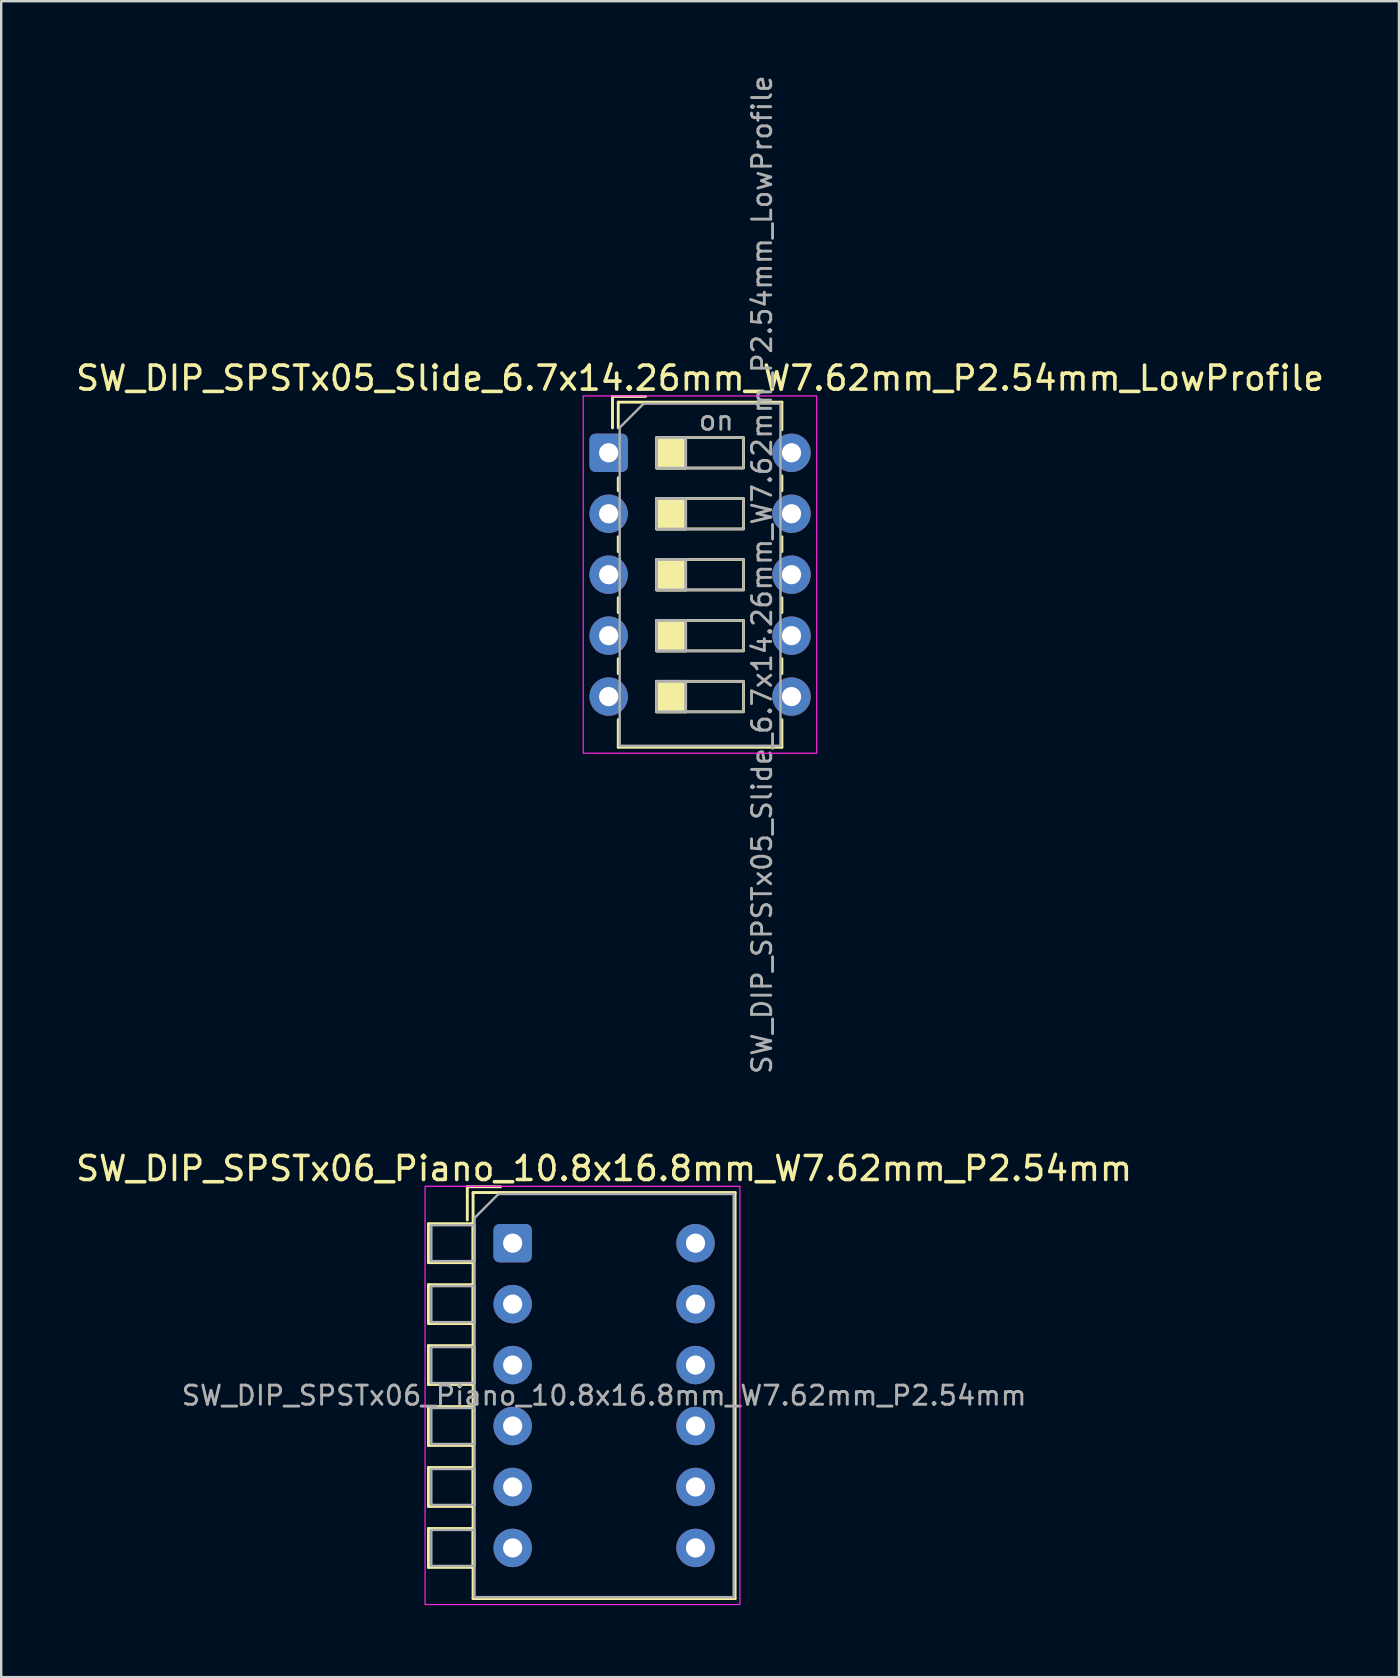
<source format=kicad_pcb>
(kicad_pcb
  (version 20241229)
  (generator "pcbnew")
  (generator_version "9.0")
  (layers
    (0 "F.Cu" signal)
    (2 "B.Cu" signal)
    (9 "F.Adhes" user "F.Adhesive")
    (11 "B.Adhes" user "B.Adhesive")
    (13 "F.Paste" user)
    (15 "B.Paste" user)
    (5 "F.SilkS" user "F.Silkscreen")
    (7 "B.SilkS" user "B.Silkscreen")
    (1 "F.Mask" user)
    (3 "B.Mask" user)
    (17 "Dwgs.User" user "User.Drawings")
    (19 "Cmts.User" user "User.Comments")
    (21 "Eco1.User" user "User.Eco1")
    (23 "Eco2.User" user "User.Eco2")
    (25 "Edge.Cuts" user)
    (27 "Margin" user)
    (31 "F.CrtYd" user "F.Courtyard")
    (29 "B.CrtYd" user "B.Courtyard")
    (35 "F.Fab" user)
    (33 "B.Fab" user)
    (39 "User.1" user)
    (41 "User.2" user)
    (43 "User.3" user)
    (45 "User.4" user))
  (footprint "SW_DIP_SPSTx06_Piano_10.8x16.8mm_W7.62mm_P2.54mm"
    (layer "F.Cu")
    (at 18.315 48.758)
    (property "Reference" "SW_DIP_SPSTx06_Piano_10.8x16.8mm_W7.62mm_P2.54mm" (at 3.81 -3.11 0) (layer "F.SilkS") (effects (font (size 1 1) (thickness 0.15))))
    (attr through_hole)
    (fp_line (start -3.51 -0.81) (end -1.65 -0.81) (stroke (width 0.12) (type solid)) (layer "F.SilkS"))
    (fp_line (start -3.51 0.81) (end -3.51 -0.81) (stroke (width 0.12) (type solid)) (layer "F.SilkS"))
    (fp_line (start -3.51 1.73) (end -1.65 1.73) (stroke (width 0.12) (type solid)) (layer "F.SilkS"))
    (fp_line (start -3.51 3.35) (end -3.51 1.73) (stroke (width 0.12) (type solid)) (layer "F.SilkS"))
    (fp_line (start -3.51 4.27) (end -1.65 4.27) (stroke (width 0.12) (type solid)) (layer "F.SilkS"))
    (fp_line (start -3.51 5.89) (end -3.51 4.27) (stroke (width 0.12) (type solid)) (layer "F.SilkS"))
    (fp_line (start -3.51 6.81) (end -1.65 6.81) (stroke (width 0.12) (type solid)) (layer "F.SilkS"))
    (fp_line (start -3.51 8.43) (end -3.51 6.81) (stroke (width 0.12) (type solid)) (layer "F.SilkS"))
    (fp_line (start -3.51 9.35) (end -1.65 9.35) (stroke (width 0.12) (type solid)) (layer "F.SilkS"))
    (fp_line (start -3.51 10.97) (end -3.51 9.35) (stroke (width 0.12) (type solid)) (layer "F.SilkS"))
    (fp_line (start -3.51 11.89) (end -1.65 11.89) (stroke (width 0.12) (type solid)) (layer "F.SilkS"))
    (fp_line (start -3.51 13.51) (end -3.51 11.89) (stroke (width 0.12) (type solid)) (layer "F.SilkS"))
    (fp_line (start -1.89 -2.35) (end -1.89 -0.967) (stroke (width 0.12) (type solid)) (layer "F.SilkS"))
    (fp_line (start -1.89 -2.35) (end -0.507 -2.35) (stroke (width 0.12) (type solid)) (layer "F.SilkS"))
    (fp_line (start -1.65 -2.11) (end -1.65 14.81) (stroke (width 0.12) (type solid)) (layer "F.SilkS"))
    (fp_line (start -1.65 -2.11) (end 9.27 -2.11) (stroke (width 0.12) (type solid)) (layer "F.SilkS"))
    (fp_line (start -1.65 -0.81) (end -1.65 0.81) (stroke (width 0.12) (type solid)) (layer "F.SilkS"))
    (fp_line (start -1.65 0.81) (end -3.51 0.81) (stroke (width 0.12) (type solid)) (layer "F.SilkS"))
    (fp_line (start -1.65 1.73) (end -1.65 3.35) (stroke (width 0.12) (type solid)) (layer "F.SilkS"))
    (fp_line (start -1.65 3.35) (end -3.51 3.35) (stroke (width 0.12) (type solid)) (layer "F.SilkS"))
    (fp_line (start -1.65 4.27) (end -1.65 5.89) (stroke (width 0.12) (type solid)) (layer "F.SilkS"))
    (fp_line (start -1.65 5.89) (end -3.51 5.89) (stroke (width 0.12) (type solid)) (layer "F.SilkS"))
    (fp_line (start -1.65 6.81) (end -1.65 8.43) (stroke (width 0.12) (type solid)) (layer "F.SilkS"))
    (fp_line (start -1.65 8.43) (end -3.51 8.43) (stroke (width 0.12) (type solid)) (layer "F.SilkS"))
    (fp_line (start -1.65 9.35) (end -1.65 10.97) (stroke (width 0.12) (type solid)) (layer "F.SilkS"))
    (fp_line (start -1.65 10.97) (end -3.51 10.97) (stroke (width 0.12) (type solid)) (layer "F.SilkS"))
    (fp_line (start -1.65 11.89) (end -1.65 13.51) (stroke (width 0.12) (type solid)) (layer "F.SilkS"))
    (fp_line (start -1.65 13.51) (end -3.51 13.51) (stroke (width 0.12) (type solid)) (layer "F.SilkS"))
    (fp_line (start -1.65 14.81) (end 9.27 14.81) (stroke (width 0.12) (type solid)) (layer "F.SilkS"))
    (fp_line (start 9.27 -2.11) (end 9.27 14.81) (stroke (width 0.12) (type solid)) (layer "F.SilkS"))
    (fp_rect (start -3.65 -2.37) (end 9.47 15.06) (stroke (width 0.05) (type solid)) (fill no) (layer "F.CrtYd"))
    (fp_line (start -1.59 -1.05) (end -0.59 -2.05) (stroke (width 0.1) (type solid)) (layer "F.Fab"))
    (fp_line (start -1.59 14.75) (end -1.59 -1.05) (stroke (width 0.1) (type solid)) (layer "F.Fab"))
    (fp_line (start -0.59 -2.05) (end 9.21 -2.05) (stroke (width 0.1) (type solid)) (layer "F.Fab"))
    (fp_line (start 9.21 -2.05) (end 9.21 14.75) (stroke (width 0.1) (type solid)) (layer "F.Fab"))
    (fp_line (start 9.21 14.75) (end -1.59 14.75) (stroke (width 0.1) (type solid)) (layer "F.Fab"))
    (fp_rect (start -3.39 -0.75) (end -1.59 0.75) (stroke (width 0.1) (type solid)) (fill no) (layer "F.Fab"))
    (fp_rect (start -3.39 1.79) (end -1.59 3.29) (stroke (width 0.1) (type solid)) (fill no) (layer "F.Fab"))
    (fp_rect (start -3.39 4.33) (end -1.59 5.83) (stroke (width 0.1) (type solid)) (fill no) (layer "F.Fab"))
    (fp_rect (start -3.39 6.87) (end -1.59 8.37) (stroke (width 0.1) (type solid)) (fill no) (layer "F.Fab"))
    (fp_rect (start -3.39 9.41) (end -1.59 10.91) (stroke (width 0.1) (type solid)) (fill no) (layer "F.Fab"))
    (fp_rect (start -3.39 11.95) (end -1.59 13.45) (stroke (width 0.1) (type solid)) (fill no) (layer "F.Fab"))
    (fp_text user "${REFERENCE}" (at 3.81 6.35 0) (layer "F.Fab") (effects (font (size 0.8 0.8) (thickness 0.12))))
    (pad "1" thru_hole roundrect (at 0 0) (size 1.6 1.6) (drill 0.8) (layers "*.Cu" "*.Mask") (roundrect_rratio 0.156))
    (pad "2" thru_hole circle (at 0 2.54) (size 1.6 1.6) (drill 0.8) (layers "*.Cu" "*.Mask"))
    (pad "3" thru_hole circle (at 0 5.08) (size 1.6 1.6) (drill 0.8) (layers "*.Cu" "*.Mask"))
    (pad "4" thru_hole circle (at 0 7.62) (size 1.6 1.6) (drill 0.8) (layers "*.Cu" "*.Mask"))
    (pad "5" thru_hole circle (at 0 10.16) (size 1.6 1.6) (drill 0.8) (layers "*.Cu" "*.Mask"))
    (pad "6" thru_hole circle (at 0 12.7) (size 1.6 1.6) (drill 0.8) (layers "*.Cu" "*.Mask"))
    (pad "7" thru_hole circle (at 7.62 12.7) (size 1.6 1.6) (drill 0.8) (layers "*.Cu" "*.Mask"))
    (pad "8" thru_hole circle (at 7.62 10.16) (size 1.6 1.6) (drill 0.8) (layers "*.Cu" "*.Mask"))
    (pad "9" thru_hole circle (at 7.62 7.62) (size 1.6 1.6) (drill 0.8) (layers "*.Cu" "*.Mask"))
    (pad "10" thru_hole circle (at 7.62 5.08) (size 1.6 1.6) (drill 0.8) (layers "*.Cu" "*.Mask"))
    (pad "11" thru_hole circle (at 7.62 2.54) (size 1.6 1.6) (drill 0.8) (layers "*.Cu" "*.Mask"))
    (pad "12" thru_hole circle (at 7.62 0) (size 1.6 1.6) (drill 0.8) (layers "*.Cu" "*.Mask")))
  (footprint "SW_DIP_SPSTx05_Slide_6.7x14.26mm_W7.62mm_P2.54mm_LowProfile"
    (layer "F.Cu")
    (at 22.315 15.82)
    (property "Reference" "SW_DIP_SPSTx05_Slide_6.7x14.26mm_W7.62mm_P2.54mm_LowProfile" (at 3.81 -3.11 0) (layer "F.SilkS") (effects (font (size 1 1) (thickness 0.15))))
    (attr through_hole)
    (fp_line (start 0.16 -2.35) (end 0.16 -1.04) (stroke (width 0.12) (type solid)) (layer "F.SilkS"))
    (fp_line (start 0.16 -2.35) (end 1.543 -2.35) (stroke (width 0.12) (type solid)) (layer "F.SilkS"))
    (fp_line (start 0.4 -2.11) (end 0.4 -1.04) (stroke (width 0.12) (type solid)) (layer "F.SilkS"))
    (fp_line (start 0.4 -2.11) (end 7.22 -2.11) (stroke (width 0.12) (type solid)) (layer "F.SilkS"))
    (fp_line (start 0.4 1.04) (end 0.4 1.58) (stroke (width 0.12) (type solid)) (layer "F.SilkS"))
    (fp_line (start 0.4 3.5) (end 0.4 4.12) (stroke (width 0.12) (type solid)) (layer "F.SilkS"))
    (fp_line (start 0.4 6.04) (end 0.4 6.66) (stroke (width 0.12) (type solid)) (layer "F.SilkS"))
    (fp_line (start 0.4 8.58) (end 0.4 9.2) (stroke (width 0.12) (type solid)) (layer "F.SilkS"))
    (fp_line (start 0.4 11.12) (end 0.4 12.27) (stroke (width 0.12) (type solid)) (layer "F.SilkS"))
    (fp_line (start 0.4 12.27) (end 7.22 12.27) (stroke (width 0.12) (type solid)) (layer "F.SilkS"))
    (fp_line (start 3.207 -0.635) (end 3.207 0.635) (stroke (width 0.12) (type solid)) (layer "F.SilkS"))
    (fp_line (start 3.207 1.905) (end 3.207 3.175) (stroke (width 0.12) (type solid)) (layer "F.SilkS"))
    (fp_line (start 3.207 4.445) (end 3.207 5.715) (stroke (width 0.12) (type solid)) (layer "F.SilkS"))
    (fp_line (start 3.207 6.985) (end 3.207 8.255) (stroke (width 0.12) (type solid)) (layer "F.SilkS"))
    (fp_line (start 3.207 9.525) (end 3.207 10.795) (stroke (width 0.12) (type solid)) (layer "F.SilkS"))
    (fp_line (start 7.22 -2.11) (end 7.22 -0.96) (stroke (width 0.12) (type solid)) (layer "F.SilkS"))
    (fp_line (start 7.22 0.96) (end 7.22 1.58) (stroke (width 0.12) (type solid)) (layer "F.SilkS"))
    (fp_line (start 7.22 3.5) (end 7.22 4.12) (stroke (width 0.12) (type solid)) (layer "F.SilkS"))
    (fp_line (start 7.22 6.04) (end 7.22 6.66) (stroke (width 0.12) (type solid)) (layer "F.SilkS"))
    (fp_line (start 7.22 8.58) (end 7.22 9.2) (stroke (width 0.12) (type solid)) (layer "F.SilkS"))
    (fp_line (start 7.22 11.12) (end 7.22 12.27) (stroke (width 0.12) (type solid)) (layer "F.SilkS"))
    (fp_rect (start 2 -0.635) (end 3.207 0.635) (stroke (width 0.12) (type solid)) (fill yes) (layer "F.SilkS"))
    (fp_rect (start 2 -0.635) (end 5.62 0.635) (stroke (width 0.12) (type solid)) (fill no) (layer "F.SilkS"))
    (fp_rect (start 2 1.905) (end 3.207 3.175) (stroke (width 0.12) (type solid)) (fill yes) (layer "F.SilkS"))
    (fp_rect (start 2 1.905) (end 5.62 3.175) (stroke (width 0.12) (type solid)) (fill no) (layer "F.SilkS"))
    (fp_rect (start 2 4.445) (end 3.207 5.715) (stroke (width 0.12) (type solid)) (fill yes) (layer "F.SilkS"))
    (fp_rect (start 2 4.445) (end 5.62 5.715) (stroke (width 0.12) (type solid)) (fill no) (layer "F.SilkS"))
    (fp_rect (start 2 6.985) (end 3.207 8.255) (stroke (width 0.12) (type solid)) (fill yes) (layer "F.SilkS"))
    (fp_rect (start 2 6.985) (end 5.62 8.255) (stroke (width 0.12) (type solid)) (fill no) (layer "F.SilkS"))
    (fp_rect (start 2 9.525) (end 3.207 10.795) (stroke (width 0.12) (type solid)) (fill yes) (layer "F.SilkS"))
    (fp_rect (start 2 9.525) (end 5.62 10.795) (stroke (width 0.12) (type solid)) (fill no) (layer "F.SilkS"))
    (fp_rect (start -1.06 -2.37) (end 8.67 12.52) (stroke (width 0.05) (type solid)) (fill no) (layer "F.CrtYd"))
    (fp_line (start 0.46 -1.05) (end 1.46 -2.05) (stroke (width 0.1) (type solid)) (layer "F.Fab"))
    (fp_line (start 0.46 12.21) (end 0.46 -1.05) (stroke (width 0.1) (type solid)) (layer "F.Fab"))
    (fp_line (start 1.46 -2.05) (end 7.16 -2.05) (stroke (width 0.1) (type solid)) (layer "F.Fab"))
    (fp_line (start 3.207 -0.635) (end 3.207 0.635) (stroke (width 0.1) (type solid)) (layer "F.Fab"))
    (fp_line (start 3.207 1.905) (end 3.207 3.175) (stroke (width 0.1) (type solid)) (layer "F.Fab"))
    (fp_line (start 3.207 4.445) (end 3.207 5.715) (stroke (width 0.1) (type solid)) (layer "F.Fab"))
    (fp_line (start 3.207 6.985) (end 3.207 8.255) (stroke (width 0.1) (type solid)) (layer "F.Fab"))
    (fp_line (start 3.207 9.525) (end 3.207 10.795) (stroke (width 0.1) (type solid)) (layer "F.Fab"))
    (fp_line (start 7.16 -2.05) (end 7.16 12.21) (stroke (width 0.1) (type solid)) (layer "F.Fab"))
    (fp_line (start 7.16 12.21) (end 0.46 12.21) (stroke (width 0.1) (type solid)) (layer "F.Fab"))
    (fp_rect (start 2 -0.635) (end 3.207 0.635) (stroke (width 0.1) (type solid)) (fill no) (layer "F.Fab"))
    (fp_rect (start 2 -0.635) (end 5.62 0.635) (stroke (width 0.1) (type solid)) (fill no) (layer "F.Fab"))
    (fp_rect (start 2 1.905) (end 3.207 3.175) (stroke (width 0.1) (type solid)) (fill no) (layer "F.Fab"))
    (fp_rect (start 2 1.905) (end 5.62 3.175) (stroke (width 0.1) (type solid)) (fill no) (layer "F.Fab"))
    (fp_rect (start 2 4.445) (end 3.207 5.715) (stroke (width 0.1) (type solid)) (fill no) (layer "F.Fab"))
    (fp_rect (start 2 4.445) (end 5.62 5.715) (stroke (width 0.1) (type solid)) (fill no) (layer "F.Fab"))
    (fp_rect (start 2 6.985) (end 3.207 8.255) (stroke (width 0.1) (type solid)) (fill no) (layer "F.Fab"))
    (fp_rect (start 2 6.985) (end 5.62 8.255) (stroke (width 0.1) (type solid)) (fill no) (layer "F.Fab"))
    (fp_rect (start 2 9.525) (end 3.207 10.795) (stroke (width 0.1) (type solid)) (fill no) (layer "F.Fab"))
    (fp_rect (start 2 9.525) (end 5.62 10.795) (stroke (width 0.1) (type solid)) (fill no) (layer "F.Fab"))
    (fp_text user "on" (at 4.485 -1.343 0) (layer "F.Fab") (effects (font (size 0.8 0.8) (thickness 0.12))))
    (fp_text user "${REFERENCE}" (at 6.39 5.08 90) (layer "F.Fab") (effects (font (size 0.8 0.8) (thickness 0.12))))
    (pad "1" thru_hole roundrect (at 0 0) (size 1.6 1.6) (drill 0.8) (layers "*.Cu" "*.Mask") (roundrect_rratio 0.156))
    (pad "2" thru_hole circle (at 0 2.54) (size 1.6 1.6) (drill 0.8) (layers "*.Cu" "*.Mask"))
    (pad "3" thru_hole circle (at 0 5.08) (size 1.6 1.6) (drill 0.8) (layers "*.Cu" "*.Mask"))
    (pad "4" thru_hole circle (at 0 7.62) (size 1.6 1.6) (drill 0.8) (layers "*.Cu" "*.Mask"))
    (pad "5" thru_hole circle (at 0 10.16) (size 1.6 1.6) (drill 0.8) (layers "*.Cu" "*.Mask"))
    (pad "6" thru_hole circle (at 7.62 10.16) (size 1.6 1.6) (drill 0.8) (layers "*.Cu" "*.Mask"))
    (pad "7" thru_hole circle (at 7.62 7.62) (size 1.6 1.6) (drill 0.8) (layers "*.Cu" "*.Mask"))
    (pad "8" thru_hole circle (at 7.62 5.08) (size 1.6 1.6) (drill 0.8) (layers "*.Cu" "*.Mask"))
    (pad "9" thru_hole circle (at 7.62 2.54) (size 1.6 1.6) (drill 0.8) (layers "*.Cu" "*.Mask"))
    (pad "10" thru_hole circle (at 7.62 0) (size 1.6 1.6) (drill 0.8) (layers "*.Cu" "*.Mask")))
  (gr_rect
    (start -3 -3)
    (end 55.25 66.843)
    (stroke (width 0.1) (type default))
    (fill no)
    (layer "Edge.Cuts")))
</source>
